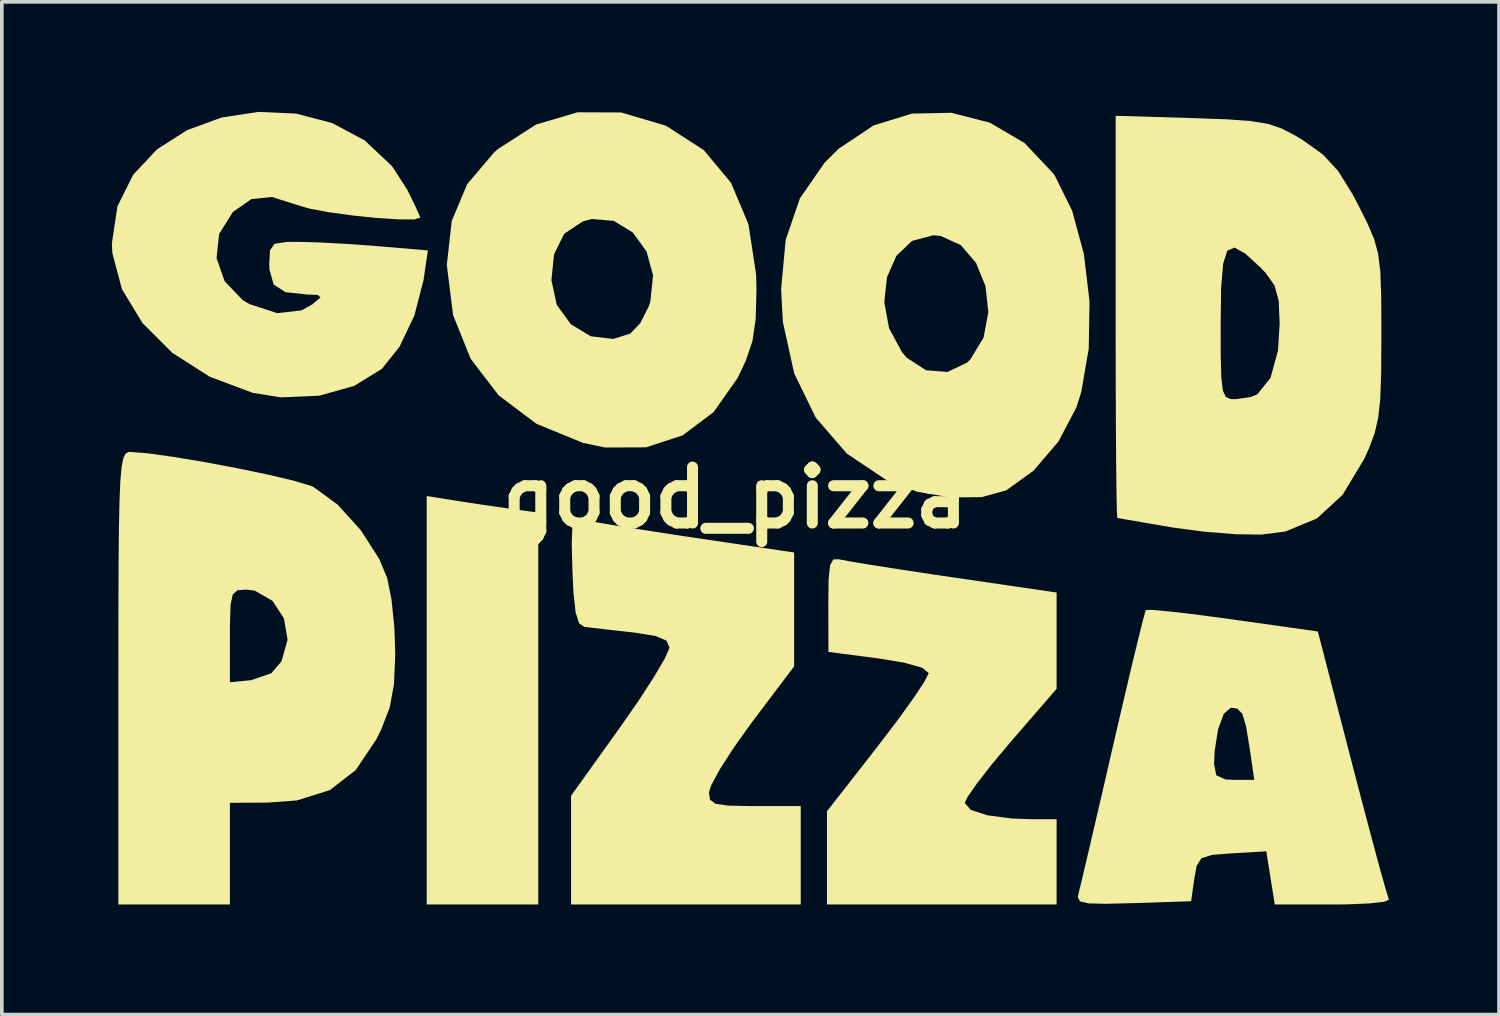
<source format=kicad_pcb>
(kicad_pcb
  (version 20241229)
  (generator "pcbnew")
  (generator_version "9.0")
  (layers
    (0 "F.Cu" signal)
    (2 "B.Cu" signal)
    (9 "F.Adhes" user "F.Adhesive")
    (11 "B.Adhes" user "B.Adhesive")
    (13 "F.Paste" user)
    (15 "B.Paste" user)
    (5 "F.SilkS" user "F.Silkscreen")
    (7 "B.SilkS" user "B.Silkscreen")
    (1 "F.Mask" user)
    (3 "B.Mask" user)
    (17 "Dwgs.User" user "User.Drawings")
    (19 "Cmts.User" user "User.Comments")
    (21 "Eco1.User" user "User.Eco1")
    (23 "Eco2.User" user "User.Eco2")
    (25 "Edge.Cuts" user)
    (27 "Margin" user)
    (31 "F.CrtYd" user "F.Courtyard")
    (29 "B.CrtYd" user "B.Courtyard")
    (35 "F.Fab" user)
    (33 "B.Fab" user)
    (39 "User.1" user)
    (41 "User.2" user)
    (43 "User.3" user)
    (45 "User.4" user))
  (footprint "good_pizza"
    (layer "F.Cu")
    (at 16.991 10.519)
    (property "Reference" "good_pizza" (at 0 0 0) (layer "F.SilkS") (effects (font (size 1.524 1.524) (thickness 0.3))))
    (attr board_only exclude_from_pos_files exclude_from_bom)
    (fp_poly (pts (xy -7.647 0.076) (xy -6.936 0.185) (xy -6.204 0.291) (xy -6.126 0.302) (xy -5.366 0.406) (xy -5.366 11.09) (xy -8.407 11.09) (xy -8.407 -0.046)) (stroke (width 0) (type solid)) (fill yes) (layer "F.SilkS"))
    (fp_poly (pts (xy 2.834 1.679) (xy 3.106 1.732) (xy 3.665 1.825) (xy 4.442 1.947) (xy 5.368 2.088) (xy 5.948 2.173) (xy 8.765 2.585) (xy 8.765 5.209) (xy 7.513 6.656) (xy 6.998 7.269) (xy 6.587 7.798) (xy 6.326 8.175) (xy 6.261 8.322) (xy 6.427 8.512) (xy 6.882 8.659) (xy 7.554 8.747) (xy 8.072 8.765) (xy 8.765 8.765) (xy 8.765 11.09) (xy 2.504 11.09) (xy 2.504 8.549) (xy 3.89 6.774) (xy 4.418 6.082) (xy 4.853 5.48) (xy 5.153 5.028) (xy 5.276 4.789) (xy 5.277 4.78) (xy 5.104 4.637) (xy 4.61 4.497) (xy 3.911 4.382) (xy 2.545 4.204) (xy 2.541 2.9) (xy 2.549 2.226) (xy 2.589 1.843) (xy 2.677 1.682) (xy 2.829 1.678)) (stroke (width 0) (type solid)) (fill yes) (layer "F.SilkS"))
    (fp_poly (pts (xy -4.166 0.597) (xy -3.883 0.653) (xy -3.317 0.749) (xy -2.536 0.874) (xy -1.613 1.016) (xy -1.118 1.09) (xy 1.61 1.494) (xy 1.61 4.596) (xy 0.447 6.138) (xy -0.031 6.805) (xy -0.414 7.4) (xy -0.656 7.848) (xy -0.715 8.043) (xy -0.683 8.234) (xy -0.535 8.344) (xy -0.195 8.394) (xy 0.415 8.407) (xy 0.537 8.407) (xy 1.789 8.407) (xy 1.789 11.09) (xy -4.472 11.09) (xy -4.472 8.125) (xy -3.132 6.254) (xy -2.625 5.524) (xy -2.206 4.878) (xy -1.915 4.381) (xy -1.792 4.099) (xy -1.79 4.082) (xy -1.873 3.896) (xy -2.168 3.77) (xy -2.746 3.677) (xy -2.817 3.669) (xy -3.428 3.601) (xy -3.916 3.544) (xy -4.114 3.52) (xy -4.255 3.421) (xy -4.348 3.128) (xy -4.407 2.582) (xy -4.435 1.996) (xy -4.454 1.269) (xy -4.439 0.835) (xy -4.38 0.626) (xy -4.262 0.578)) (stroke (width 0) (type solid)) (fill yes) (layer "F.SilkS"))
    (fp_poly (pts (xy -3.108 -10.503) (xy -1.921 -10.153) (xy -1.857 -10.124) (xy -0.851 -9.474) (xy -0.111 -8.584) (xy 0.364 -7.456) (xy 0.572 -6.089) (xy 0.583 -5.67) (xy 0.561 -4.87) (xy 0.474 -4.274) (xy 0.288 -3.726) (xy 0.063 -3.256) (xy -0.589 -2.332) (xy -1.433 -1.699) (xy -2.431 -1.373) (xy -3.547 -1.369) (xy -4.149 -1.495) (xy -5.418 -2.016) (xy -6.446 -2.79) (xy -7.211 -3.789) (xy -7.689 -4.981) (xy -7.808 -5.93) (xy -5.008 -5.93) (xy -4.862 -5.257) (xy -4.478 -4.729) (xy -3.937 -4.401) (xy -3.32 -4.329) (xy -2.857 -4.475) (xy -2.587 -4.757) (xy -2.35 -5.226) (xy -2.311 -5.343) (xy -2.237 -6.063) (xy -2.415 -6.714) (xy -2.79 -7.231) (xy -3.306 -7.547) (xy -3.909 -7.598) (xy -4.16 -7.529) (xy -4.661 -7.195) (xy -4.936 -6.637) (xy -5.008 -5.93) (xy -7.808 -5.93) (xy -7.859 -6.338) (xy -7.859 -6.35) (xy -7.726 -7.543) (xy -7.305 -8.547) (xy -6.574 -9.41) (xy -6.465 -9.506) (xy -5.428 -10.173) (xy -4.293 -10.508)) (stroke (width 0) (type solid)) (fill yes) (layer "F.SilkS"))
    (fp_poly (pts (xy 6.945 -10.224) (xy 7.892 -9.669) (xy 8.675 -8.838) (xy 8.719 -8.774) (xy 9.191 -7.819) (xy 9.508 -6.644) (xy 9.662 -5.357) (xy 9.641 -4.065) (xy 9.436 -2.877) (xy 9.302 -2.457) (xy 8.816 -1.534) (xy 8.135 -0.736) (xy 7.39 -0.2) (xy 6.722 -0.016) (xy 5.874 -0.007) (xy 4.969 -0.162) (xy 4.15 -0.463) (xy 3.047 -1.202) (xy 2.197 -2.185) (xy 1.611 -3.389) (xy 1.302 -4.792) (xy 1.273 -5.328) (xy 4.067 -5.328) (xy 4.197 -4.622) (xy 4.547 -3.971) (xy 4.678 -3.817) (xy 5.205 -3.475) (xy 5.791 -3.429) (xy 6.324 -3.683) (xy 6.413 -3.769) (xy 6.774 -4.365) (xy 6.904 -5.058) (xy 6.827 -5.764) (xy 6.569 -6.401) (xy 6.153 -6.886) (xy 5.604 -7.137) (xy 5.402 -7.155) (xy 4.824 -7.002) (xy 4.397 -6.595) (xy 4.14 -6.012) (xy 4.067 -5.328) (xy 1.273 -5.328) (xy 1.254 -5.686) (xy 1.379 -7.031) (xy 1.767 -8.162) (xy 2.436 -9.129) (xy 2.824 -9.515) (xy 3.772 -10.148) (xy 4.819 -10.472) (xy 5.898 -10.494)) (stroke (width 0) (type solid)) (fill yes) (layer "F.SilkS"))
    (fp_poly (pts (xy -16.011 -1.21) (xy -15.299 -1.111) (xy -14.456 -0.97) (xy -13.572 -0.804) (xy -12.739 -0.631) (xy -12.046 -0.467) (xy -11.584 -0.33) (xy -11.492 -0.291) (xy -10.838 0.187) (xy -10.206 0.884) (xy -9.703 1.668) (xy -9.485 2.19) (xy -9.369 2.765) (xy -9.29 3.528) (xy -9.265 4.279) (xy -9.301 5.095) (xy -9.417 5.721) (xy -9.65 6.323) (xy -9.781 6.588) (xy -10.345 7.427) (xy -11.049 7.971) (xy -11.95 8.253) (xy -12.741 8.312) (xy -13.773 8.318) (xy -13.773 9.704) (xy -13.773 11.09) (xy -16.814 11.09) (xy -16.814 5.031) (xy -13.773 5.031) (xy -13.197 4.975) (xy -12.645 4.786) (xy -12.365 4.459) (xy -12.201 3.871) (xy -12.301 3.288) (xy -12.614 2.81) (xy -13.093 2.535) (xy -13.339 2.504) (xy -13.565 2.524) (xy -13.695 2.635) (xy -13.755 2.915) (xy -13.772 3.441) (xy -13.773 3.768) (xy -13.773 5.031) (xy -16.814 5.031) (xy -16.814 4.919) (xy -16.813 3.268) (xy -16.809 1.939) (xy -16.8 0.899) (xy -16.784 0.112) (xy -16.76 -0.457) (xy -16.725 -0.842) (xy -16.679 -1.079) (xy -16.618 -1.202) (xy -16.543 -1.246) (xy -16.501 -1.249)) (stroke (width 0) (type solid)) (fill yes) (layer "F.SilkS"))
    (fp_poly (pts (xy 11.862 3.103) (xy 12.556 3.184) (xy 13.4 3.296) (xy 13.572 3.32) (xy 15.887 3.647) (xy 16.816 7.234) (xy 17.099 8.317) (xy 17.355 9.282) (xy 17.569 10.076) (xy 17.728 10.644) (xy 17.817 10.933) (xy 17.827 10.956) (xy 17.699 11.015) (xy 17.288 11.061) (xy 16.669 11.087) (xy 16.311 11.09) (xy 14.713 11.09) (xy 14.597 10.365) (xy 14.482 9.641) (xy 13.546 9.695) (xy 12.999 9.738) (xy 12.711 9.831) (xy 12.582 10.039) (xy 12.521 10.375) (xy 12.432 11.001) (xy 10.852 11.053) (xy 10.099 11.071) (xy 9.639 11.06) (xy 9.408 11.006) (xy 9.344 10.899) (xy 9.363 10.784) (xy 9.429 10.519) (xy 9.561 9.963) (xy 9.746 9.171) (xy 9.972 8.202) (xy 10.188 7.267) (xy 13.058 7.267) (xy 13.119 7.569) (xy 13.372 7.681) (xy 13.605 7.692) (xy 14.153 7.692) (xy 14.03 6.842) (xy 13.929 6.228) (xy 13.828 5.891) (xy 13.69 5.75) (xy 13.517 5.724) (xy 13.325 5.887) (xy 13.167 6.313) (xy 13.073 6.907) (xy 13.058 7.267) (xy 10.188 7.267) (xy 10.223 7.112) (xy 10.296 6.797) (xy 10.549 5.703) (xy 10.778 4.733) (xy 10.969 3.939) (xy 11.11 3.372) (xy 11.188 3.085) (xy 11.198 3.061) (xy 11.387 3.059)) (stroke (width 0) (type solid)) (fill yes) (layer "F.SilkS"))
    (fp_poly (pts (xy -11.972 -10.472) (xy -10.99 -10.216) (xy -10.1 -9.742) (xy -9.353 -9.039) (xy -8.938 -8.397) (xy -8.723 -7.96) (xy -8.598 -7.679) (xy -8.586 -7.636) (xy -8.747 -7.588) (xy -9.168 -7.588) (xy -9.757 -7.626) (xy -10.421 -7.694) (xy -11.067 -7.782) (xy -11.603 -7.881) (xy -11.922 -7.975) (xy -12.628 -8.199) (xy -13.189 -8.141) (xy -13.69 -7.791) (xy -13.692 -7.789) (xy -14.067 -7.193) (xy -14.137 -6.533) (xy -13.917 -5.901) (xy -13.425 -5.388) (xy -13.24 -5.279) (xy -12.484 -5.032) (xy -11.819 -5.107) (xy -11.527 -5.271) (xy -11.303 -5.461) (xy -11.379 -5.529) (xy -11.657 -5.539) (xy -12.257 -5.603) (xy -12.581 -5.813) (xy -12.696 -6.223) (xy -12.7 -6.369) (xy -12.68 -6.747) (xy -12.556 -6.922) (xy -12.227 -6.973) (xy -11.922 -6.976) (xy -11.348 -6.96) (xy -10.58 -6.919) (xy -9.783 -6.861) (xy -9.759 -6.859) (xy -8.375 -6.742) (xy -8.497 -5.924) (xy -8.743 -4.97) (xy -9.149 -4.115) (xy -9.628 -3.516) (xy -10.386 -3.048) (xy -11.341 -2.781) (xy -12.385 -2.736) (xy -13.147 -2.858) (xy -14.325 -3.299) (xy -15.344 -3.95) (xy -16.157 -4.762) (xy -16.717 -5.686) (xy -16.978 -6.672) (xy -16.991 -6.937) (xy -16.839 -7.946) (xy -16.411 -8.803) (xy -15.76 -9.498) (xy -14.939 -10.022) (xy -13.998 -10.366) (xy -12.992 -10.519)) (stroke (width 0) (type solid)) (fill yes) (layer "F.SilkS"))
    (fp_poly (pts (xy 12.491 -10.349) (xy 13.409 -10.316) (xy 14.059 -10.269) (xy 14.526 -10.192) (xy 14.901 -10.066) (xy 15.27 -9.873) (xy 15.487 -9.742) (xy 16.024 -9.357) (xy 16.441 -8.906) (xy 16.834 -8.273) (xy 16.993 -7.971) (xy 17.248 -7.461) (xy 17.422 -7.048) (xy 17.531 -6.646) (xy 17.59 -6.166) (xy 17.614 -5.522) (xy 17.619 -4.626) (xy 17.619 -4.4) (xy 17.613 -3.416) (xy 17.589 -2.704) (xy 17.533 -2.178) (xy 17.434 -1.753) (xy 17.28 -1.343) (xy 17.149 -1.054) (xy 16.565 -0.083) (xy 15.86 0.567) (xy 14.998 0.922) (xy 14.337 1.006) (xy 13.645 0.995) (xy 12.784 0.926) (xy 11.934 0.813) (xy 11.895 0.806) (xy 11.227 0.692) (xy 10.714 0.603) (xy 10.441 0.555) (xy 10.419 0.55) (xy 10.408 0.375) (xy 10.398 -0.114) (xy 10.389 -0.875) (xy 10.382 -1.862) (xy 10.377 -3.034) (xy 10.375 -4.347) (xy 10.375 -4.74) (xy 13.237 -4.74) (xy 13.239 -3.858) (xy 13.255 -3.273) (xy 13.297 -2.924) (xy 13.376 -2.75) (xy 13.503 -2.691) (xy 13.639 -2.686) (xy 14.049 -2.743) (xy 14.238 -2.82) (xy 14.597 -3.268) (xy 14.801 -4.015) (xy 14.846 -4.742) (xy 14.82 -5.368) (xy 14.708 -5.782) (xy 14.462 -6.131) (xy 14.324 -6.274) (xy 13.909 -6.655) (xy 13.614 -6.819) (xy 13.419 -6.736) (xy 13.305 -6.379) (xy 13.25 -5.721) (xy 13.237 -4.74) (xy 10.375 -4.74) (xy 10.375 -4.938) (xy 10.375 -10.412)) (stroke (width 0) (type solid)) (fill yes) (layer "F.SilkS")))
  (gr_rect
    (start -3 -3)
    (end 37.818 24.609)
    (stroke (width 0.1) (type default))
    (fill no)
    (layer "Edge.Cuts")))
</source>
